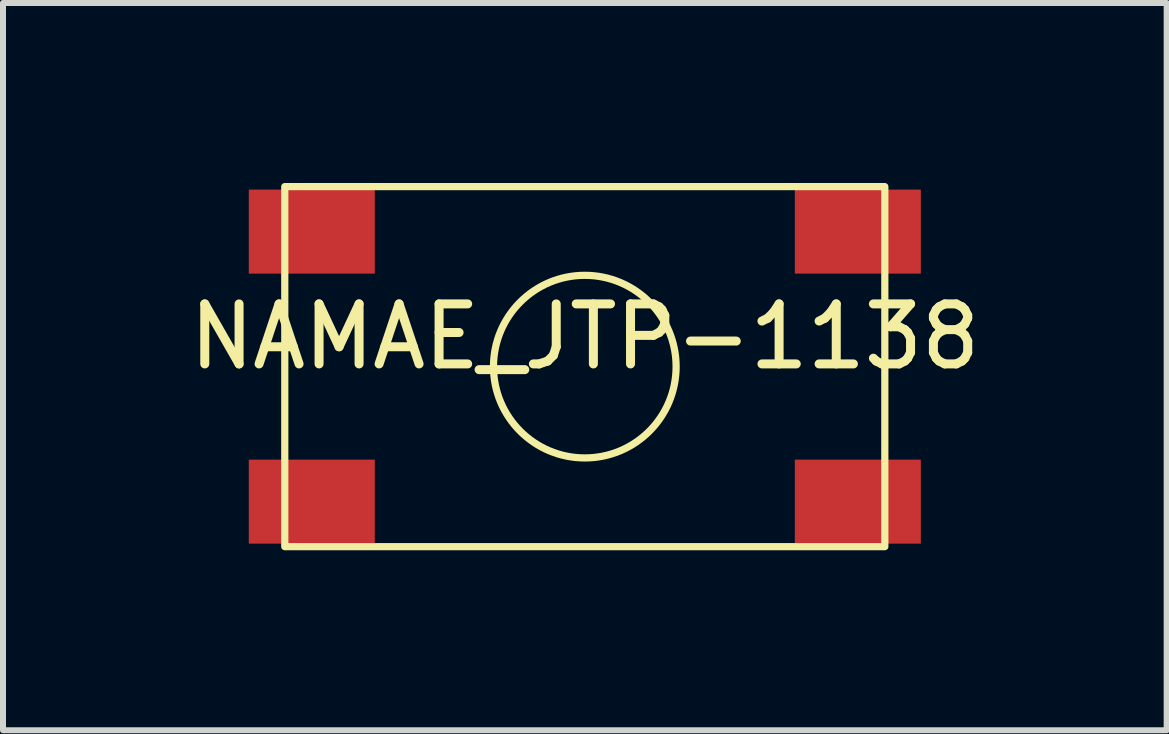
<source format=kicad_pcb>
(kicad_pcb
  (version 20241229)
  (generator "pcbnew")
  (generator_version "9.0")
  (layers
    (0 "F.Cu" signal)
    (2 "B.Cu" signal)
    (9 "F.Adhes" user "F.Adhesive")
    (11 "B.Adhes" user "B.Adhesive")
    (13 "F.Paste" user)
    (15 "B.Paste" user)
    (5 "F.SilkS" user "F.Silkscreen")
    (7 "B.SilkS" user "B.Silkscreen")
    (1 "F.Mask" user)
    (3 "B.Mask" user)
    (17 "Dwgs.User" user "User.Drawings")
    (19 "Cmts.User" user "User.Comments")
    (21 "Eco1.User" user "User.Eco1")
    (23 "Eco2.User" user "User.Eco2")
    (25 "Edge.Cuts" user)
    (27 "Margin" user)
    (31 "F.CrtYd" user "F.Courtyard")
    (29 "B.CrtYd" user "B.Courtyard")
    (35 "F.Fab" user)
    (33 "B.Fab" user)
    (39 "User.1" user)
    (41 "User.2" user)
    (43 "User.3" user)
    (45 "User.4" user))
  (footprint "NAMAE_JTP-1138"
    (layer "F.Cu")
    (at 6.696 3.06)
    (property "Reference" "NAMAE_JTP-1138" (at 0 -0.5 0) (unlocked yes) (layer "F.SilkS") (effects (font (size 1 1) (thickness 0.15))))
    (fp_rect (start 5 -3) (end -5 3) (stroke (width 0.12) (type solid)) (fill no) (layer "F.SilkS"))
    (fp_circle (center 0 0) (end 0.986 1.159) (stroke (width 0.12) (type solid)) (fill no) (layer "F.SilkS"))
    (pad "1" smd rect (at -4.55 2.25) (size 2.1 1.4) (layers "F.Cu" "F.Mask" "F.Paste"))
    (pad "1" smd rect (at 4.55 2.25) (size 2.1 1.4) (layers "F.Cu" "F.Mask" "F.Paste"))
    (pad "2" smd rect (at -4.55 -2.25) (size 2.1 1.4) (layers "F.Cu" "F.Mask" "F.Paste"))
    (pad "2" smd rect (at 4.55 -2.25) (size 2.1 1.4) (layers "F.Cu" "F.Mask" "F.Paste")))
  (gr_rect
    (start -3 -3)
    (end 16.393 9.12)
    (stroke (width 0.1) (type default))
    (fill no)
    (layer "Edge.Cuts")))
</source>
